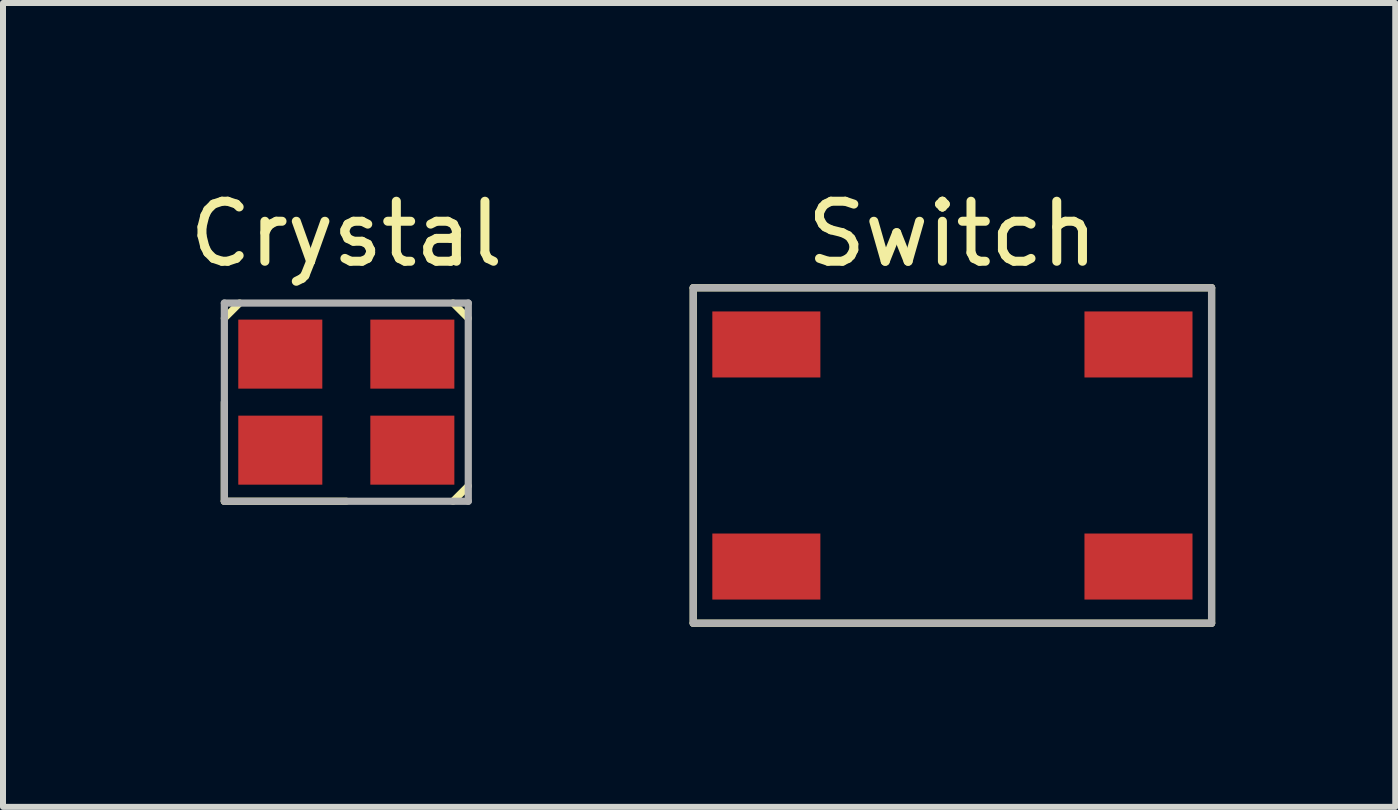
<source format=kicad_pcb>
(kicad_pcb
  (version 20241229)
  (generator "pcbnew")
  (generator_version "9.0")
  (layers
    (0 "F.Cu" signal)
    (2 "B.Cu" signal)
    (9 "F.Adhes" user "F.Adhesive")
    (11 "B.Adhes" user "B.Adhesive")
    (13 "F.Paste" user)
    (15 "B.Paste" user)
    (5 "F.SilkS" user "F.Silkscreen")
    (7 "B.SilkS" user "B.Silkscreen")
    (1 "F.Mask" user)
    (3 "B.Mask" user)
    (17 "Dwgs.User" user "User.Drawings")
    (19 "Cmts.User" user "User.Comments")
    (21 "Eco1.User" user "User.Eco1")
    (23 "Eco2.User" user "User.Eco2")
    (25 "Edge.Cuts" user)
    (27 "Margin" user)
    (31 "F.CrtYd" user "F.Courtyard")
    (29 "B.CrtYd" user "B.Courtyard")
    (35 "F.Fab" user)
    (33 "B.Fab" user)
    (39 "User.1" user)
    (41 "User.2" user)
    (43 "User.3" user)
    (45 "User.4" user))
  (footprint "Crystal"
    (layer "F.Cu")
    (at 2.72 3.65)
    (property "Reference" "Crystal" (at 0 -2.802 0) (layer "F.SilkS") (effects (font (size 1 1) (thickness 0.15))))
    (attr through_hole)
    (fp_line (start -2.032 -1.397) (end -1.778 -1.651) (stroke (width 0.12) (type solid)) (layer "F.SilkS"))
    (fp_line (start -2.032 0) (end -2.032 1.651) (stroke (width 0.12) (type solid)) (layer "F.SilkS"))
    (fp_line (start 0 1.651) (end -2.032 1.651) (stroke (width 0.12) (type solid)) (layer "F.SilkS"))
    (fp_line (start 1.778 1.651) (end 2.032 1.397) (stroke (width 0.12) (type solid)) (layer "F.SilkS"))
    (fp_line (start 2.032 -1.397) (end 1.778 -1.651) (stroke (width 0.12) (type solid)) (layer "F.SilkS"))
    (fp_line (start -2.032 -1.651) (end -2.032 1.651) (stroke (width 0.12) (type solid)) (layer "F.Fab"))
    (fp_line (start -2.032 1.651) (end 2.032 1.651) (stroke (width 0.12) (type solid)) (layer "F.Fab"))
    (fp_line (start 2.032 -1.651) (end -2.032 -1.651) (stroke (width 0.12) (type solid)) (layer "F.Fab"))
    (fp_line (start 2.032 1.651) (end 2.032 -1.651) (stroke (width 0.12) (type solid)) (layer "F.Fab"))
    (pad "-" smd rect (at -1.1 -0.8) (size 1.4 1.15) (layers "F.Cu" "F.Mask" "F.Paste"))
    (pad "-" smd rect (at 1.1 0.8) (size 1.4 1.15) (layers "F.Cu" "F.Mask" "F.Paste"))
    (pad "1" smd rect (at 1.1 -0.8) (size 1.4 1.15) (layers "F.Cu" "F.Mask" "F.Paste"))
    (pad "3" smd rect (at -1.1 0.8) (size 1.4 1.15) (layers "F.Cu" "F.Mask" "F.Paste")))
  (footprint "Switch"
    (layer "F.Cu")
    (at 12.818 4.539)
    (property "Reference" "Switch" (at 0 -3.691 0) (layer "F.SilkS") (effects (font (size 1 1) (thickness 0.15))))
    (attr through_hole)
    (fp_line (start -4.318 -2.794) (end -4.318 2.794) (stroke (width 0.12) (type solid)) (layer "F.SilkS"))
    (fp_line (start -4.318 2.794) (end 4.318 2.794) (stroke (width 0.12) (type solid)) (layer "F.SilkS"))
    (fp_line (start 4.318 -2.794) (end -4.318 -2.794) (stroke (width 0.12) (type solid)) (layer "F.SilkS"))
    (fp_line (start 4.318 2.794) (end 4.318 -2.794) (stroke (width 0.12) (type solid)) (layer "F.SilkS"))
    (fp_line (start -4.318 -2.794) (end -4.318 2.794) (stroke (width 0.12) (type solid)) (layer "F.Fab"))
    (fp_line (start -4.318 2.794) (end 4.318 2.794) (stroke (width 0.12) (type solid)) (layer "F.Fab"))
    (fp_line (start 4.318 -2.794) (end -4.318 -2.794) (stroke (width 0.12) (type solid)) (layer "F.Fab"))
    (fp_line (start 4.318 2.794) (end 4.318 -2.794) (stroke (width 0.12) (type solid)) (layer "F.Fab"))
    (pad "1" smd rect (at -3.1 -1.85) (size 1.8 1.1) (layers "F.Cu" "F.Mask" "F.Paste"))
    (pad "1" smd rect (at 3.1 -1.85) (size 1.8 1.1) (layers "F.Cu" "F.Mask" "F.Paste"))
    (pad "2" smd rect (at -3.1 1.85) (size 1.8 1.1) (layers "F.Cu" "F.Mask" "F.Paste"))
    (pad "2" smd rect (at 3.1 1.85) (size 1.8 1.1) (layers "F.Cu" "F.Mask" "F.Paste")))
  (gr_rect
    (start -3 -3)
    (end 20.196 10.393)
    (stroke (width 0.1) (type default))
    (fill no)
    (layer "Edge.Cuts")))
</source>
